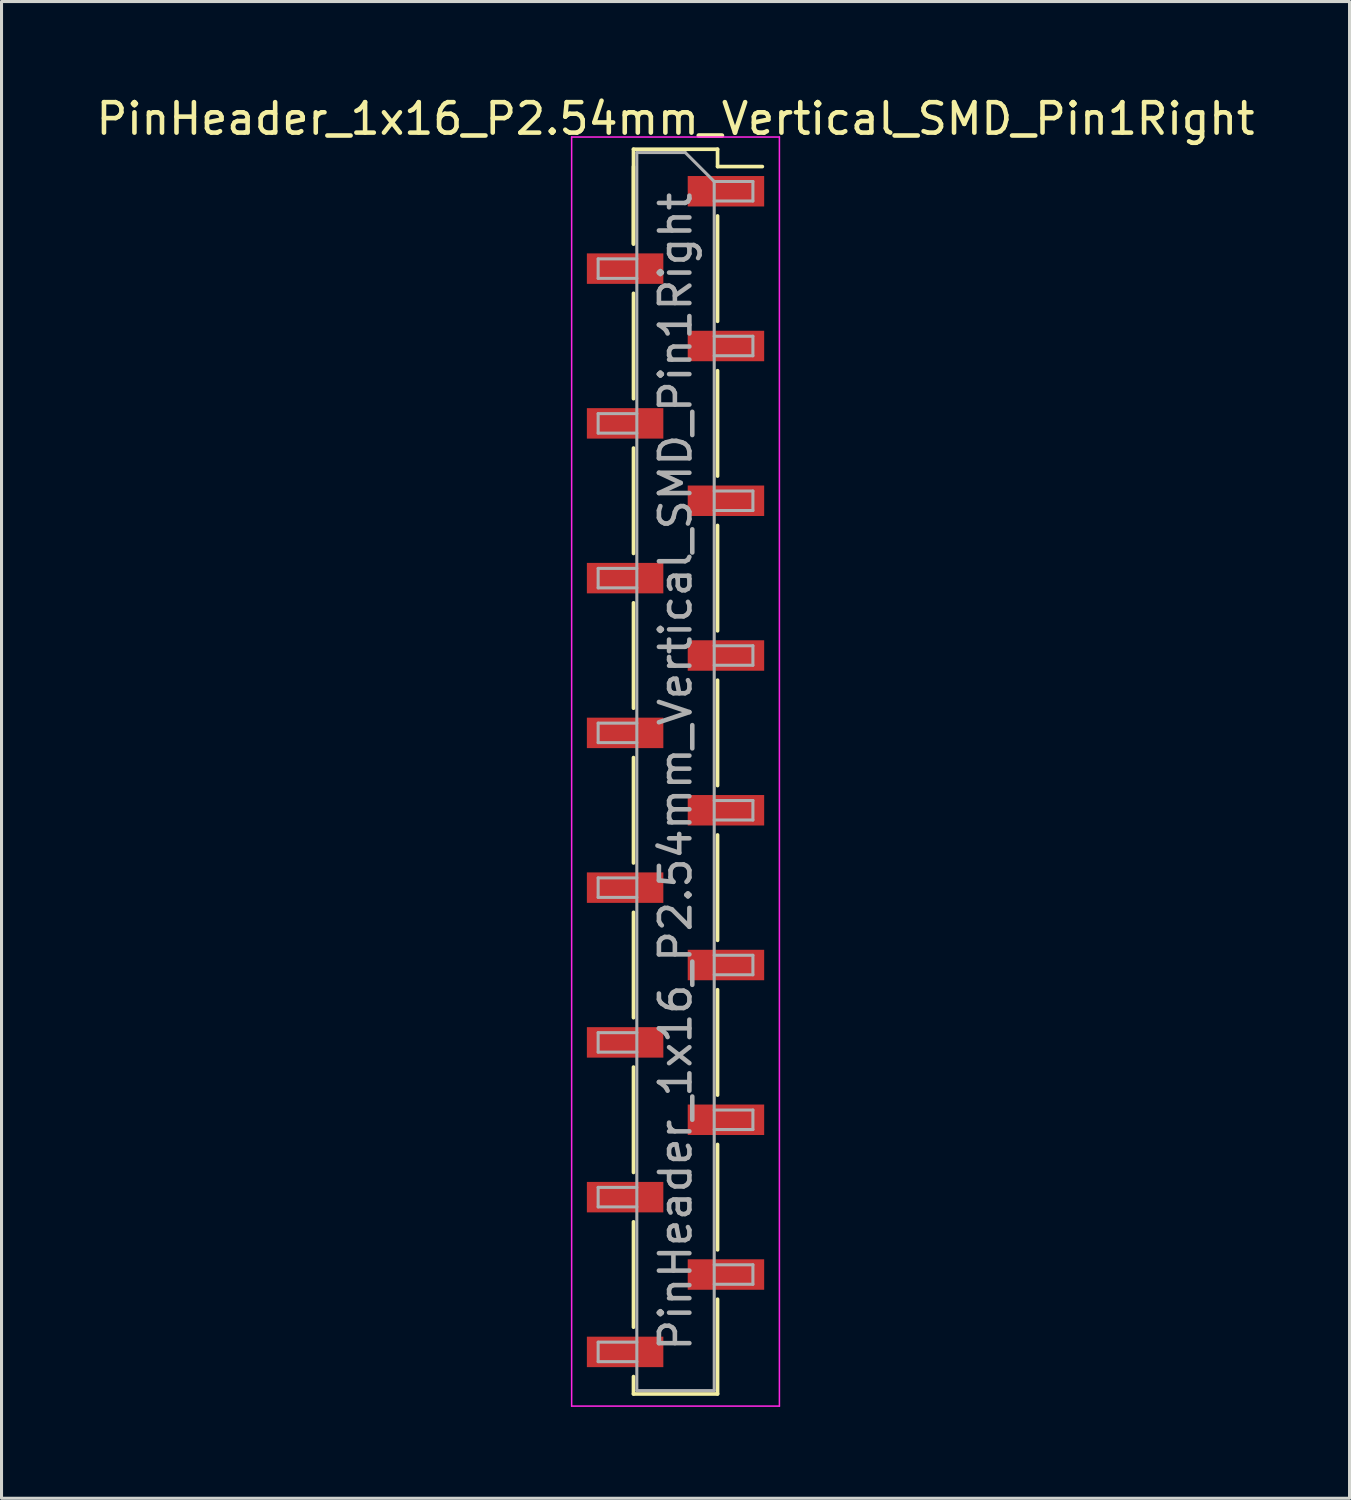
<source format=kicad_pcb>
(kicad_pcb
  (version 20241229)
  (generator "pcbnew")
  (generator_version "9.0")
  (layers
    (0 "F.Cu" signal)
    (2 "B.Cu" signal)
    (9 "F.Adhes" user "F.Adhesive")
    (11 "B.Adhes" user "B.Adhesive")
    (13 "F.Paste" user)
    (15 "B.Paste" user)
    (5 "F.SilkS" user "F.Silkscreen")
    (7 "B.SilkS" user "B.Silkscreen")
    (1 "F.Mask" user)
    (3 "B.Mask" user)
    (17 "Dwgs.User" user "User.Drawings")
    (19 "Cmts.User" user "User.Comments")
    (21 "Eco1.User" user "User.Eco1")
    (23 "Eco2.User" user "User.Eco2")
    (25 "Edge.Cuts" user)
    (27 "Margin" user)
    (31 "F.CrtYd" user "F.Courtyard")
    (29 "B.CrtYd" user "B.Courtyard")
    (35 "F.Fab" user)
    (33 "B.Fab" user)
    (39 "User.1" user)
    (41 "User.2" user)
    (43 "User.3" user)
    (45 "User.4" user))
  (footprint "PinHeader_1x16_P2.54mm_Vertical_SMD_Pin1Right"
    (layer "F.Cu")
    (at 19.125 22.278)
    (property "Reference" "PinHeader_1x16_P2.54mm_Vertical_SMD_Pin1Right" (at 0 -21.43 0) (layer "F.SilkS") (effects (font (size 1 1) (thickness 0.15))))
    (attr smd)
    (fp_line (start -1.38 -20.43) (end -1.38 -17.32) (stroke (width 0.12) (type solid)) (layer "F.SilkS"))
    (fp_line (start -1.38 -20.43) (end 1.38 -20.43) (stroke (width 0.12) (type solid)) (layer "F.SilkS"))
    (fp_line (start -1.38 -19.86) (end -1.38 -17.32) (stroke (width 0.12) (type solid)) (layer "F.SilkS"))
    (fp_line (start -1.38 -15.7) (end -1.38 -12.24) (stroke (width 0.12) (type solid)) (layer "F.SilkS"))
    (fp_line (start -1.38 -10.62) (end -1.38 -7.16) (stroke (width 0.12) (type solid)) (layer "F.SilkS"))
    (fp_line (start -1.38 -5.54) (end -1.38 -2.08) (stroke (width 0.12) (type solid)) (layer "F.SilkS"))
    (fp_line (start -1.38 -0.46) (end -1.38 3) (stroke (width 0.12) (type solid)) (layer "F.SilkS"))
    (fp_line (start -1.38 4.62) (end -1.38 8.08) (stroke (width 0.12) (type solid)) (layer "F.SilkS"))
    (fp_line (start -1.38 9.7) (end -1.38 13.16) (stroke (width 0.12) (type solid)) (layer "F.SilkS"))
    (fp_line (start -1.38 14.78) (end -1.38 18.24) (stroke (width 0.12) (type solid)) (layer "F.SilkS"))
    (fp_line (start -1.38 19.86) (end -1.38 20.43) (stroke (width 0.12) (type solid)) (layer "F.SilkS"))
    (fp_line (start -1.38 20.43) (end 1.38 20.43) (stroke (width 0.12) (type solid)) (layer "F.SilkS"))
    (fp_line (start 1.38 -20.43) (end 1.38 -19.86) (stroke (width 0.12) (type solid)) (layer "F.SilkS"))
    (fp_line (start 1.38 -19.86) (end 2.85 -19.86) (stroke (width 0.12) (type solid)) (layer "F.SilkS"))
    (fp_line (start 1.38 -18.24) (end 1.38 -14.78) (stroke (width 0.12) (type solid)) (layer "F.SilkS"))
    (fp_line (start 1.38 -13.16) (end 1.38 -9.7) (stroke (width 0.12) (type solid)) (layer "F.SilkS"))
    (fp_line (start 1.38 -8.08) (end 1.38 -4.62) (stroke (width 0.12) (type solid)) (layer "F.SilkS"))
    (fp_line (start 1.38 -3) (end 1.38 0.46) (stroke (width 0.12) (type solid)) (layer "F.SilkS"))
    (fp_line (start 1.38 2.08) (end 1.38 5.54) (stroke (width 0.12) (type solid)) (layer "F.SilkS"))
    (fp_line (start 1.38 7.16) (end 1.38 10.62) (stroke (width 0.12) (type solid)) (layer "F.SilkS"))
    (fp_line (start 1.38 12.24) (end 1.38 15.7) (stroke (width 0.12) (type solid)) (layer "F.SilkS"))
    (fp_line (start 1.38 17.32) (end 1.38 20.43) (stroke (width 0.12) (type solid)) (layer "F.SilkS"))
    (fp_line (start -3.41 -20.83) (end -3.41 20.83) (stroke (width 0.05) (type solid)) (layer "F.CrtYd"))
    (fp_line (start -3.41 20.83) (end 3.41 20.83) (stroke (width 0.05) (type solid)) (layer "F.CrtYd"))
    (fp_line (start 3.41 -20.83) (end -3.41 -20.83) (stroke (width 0.05) (type solid)) (layer "F.CrtYd"))
    (fp_line (start 3.41 20.83) (end 3.41 -20.83) (stroke (width 0.05) (type solid)) (layer "F.CrtYd"))
    (fp_line (start -2.54 -16.83) (end -2.54 -16.19) (stroke (width 0.1) (type solid)) (layer "F.Fab"))
    (fp_line (start -2.54 -16.19) (end -1.27 -16.19) (stroke (width 0.1) (type solid)) (layer "F.Fab"))
    (fp_line (start -2.54 -11.75) (end -2.54 -11.11) (stroke (width 0.1) (type solid)) (layer "F.Fab"))
    (fp_line (start -2.54 -11.11) (end -1.27 -11.11) (stroke (width 0.1) (type solid)) (layer "F.Fab"))
    (fp_line (start -2.54 -6.67) (end -2.54 -6.03) (stroke (width 0.1) (type solid)) (layer "F.Fab"))
    (fp_line (start -2.54 -6.03) (end -1.27 -6.03) (stroke (width 0.1) (type solid)) (layer "F.Fab"))
    (fp_line (start -2.54 -1.59) (end -2.54 -0.95) (stroke (width 0.1) (type solid)) (layer "F.Fab"))
    (fp_line (start -2.54 -0.95) (end -1.27 -0.95) (stroke (width 0.1) (type solid)) (layer "F.Fab"))
    (fp_line (start -2.54 3.49) (end -2.54 4.13) (stroke (width 0.1) (type solid)) (layer "F.Fab"))
    (fp_line (start -2.54 4.13) (end -1.27 4.13) (stroke (width 0.1) (type solid)) (layer "F.Fab"))
    (fp_line (start -2.54 8.57) (end -2.54 9.21) (stroke (width 0.1) (type solid)) (layer "F.Fab"))
    (fp_line (start -2.54 9.21) (end -1.27 9.21) (stroke (width 0.1) (type solid)) (layer "F.Fab"))
    (fp_line (start -2.54 13.65) (end -2.54 14.29) (stroke (width 0.1) (type solid)) (layer "F.Fab"))
    (fp_line (start -2.54 14.29) (end -1.27 14.29) (stroke (width 0.1) (type solid)) (layer "F.Fab"))
    (fp_line (start -2.54 18.73) (end -2.54 19.37) (stroke (width 0.1) (type solid)) (layer "F.Fab"))
    (fp_line (start -2.54 19.37) (end -1.27 19.37) (stroke (width 0.1) (type solid)) (layer "F.Fab"))
    (fp_line (start -1.27 -20.32) (end -1.27 20.32) (stroke (width 0.1) (type solid)) (layer "F.Fab"))
    (fp_line (start -1.27 -20.32) (end 0.32 -20.32) (stroke (width 0.1) (type solid)) (layer "F.Fab"))
    (fp_line (start -1.27 -16.83) (end -2.54 -16.83) (stroke (width 0.1) (type solid)) (layer "F.Fab"))
    (fp_line (start -1.27 -11.75) (end -2.54 -11.75) (stroke (width 0.1) (type solid)) (layer "F.Fab"))
    (fp_line (start -1.27 -6.67) (end -2.54 -6.67) (stroke (width 0.1) (type solid)) (layer "F.Fab"))
    (fp_line (start -1.27 -1.59) (end -2.54 -1.59) (stroke (width 0.1) (type solid)) (layer "F.Fab"))
    (fp_line (start -1.27 3.49) (end -2.54 3.49) (stroke (width 0.1) (type solid)) (layer "F.Fab"))
    (fp_line (start -1.27 8.57) (end -2.54 8.57) (stroke (width 0.1) (type solid)) (layer "F.Fab"))
    (fp_line (start -1.27 13.65) (end -2.54 13.65) (stroke (width 0.1) (type solid)) (layer "F.Fab"))
    (fp_line (start -1.27 18.73) (end -2.54 18.73) (stroke (width 0.1) (type solid)) (layer "F.Fab"))
    (fp_line (start 1.27 -19.37) (end 0.32 -20.32) (stroke (width 0.1) (type solid)) (layer "F.Fab"))
    (fp_line (start 1.27 -19.37) (end 2.54 -19.37) (stroke (width 0.1) (type solid)) (layer "F.Fab"))
    (fp_line (start 1.27 -14.29) (end 2.54 -14.29) (stroke (width 0.1) (type solid)) (layer "F.Fab"))
    (fp_line (start 1.27 -9.21) (end 2.54 -9.21) (stroke (width 0.1) (type solid)) (layer "F.Fab"))
    (fp_line (start 1.27 -4.13) (end 2.54 -4.13) (stroke (width 0.1) (type solid)) (layer "F.Fab"))
    (fp_line (start 1.27 0.95) (end 2.54 0.95) (stroke (width 0.1) (type solid)) (layer "F.Fab"))
    (fp_line (start 1.27 6.03) (end 2.54 6.03) (stroke (width 0.1) (type solid)) (layer "F.Fab"))
    (fp_line (start 1.27 11.11) (end 2.54 11.11) (stroke (width 0.1) (type solid)) (layer "F.Fab"))
    (fp_line (start 1.27 16.19) (end 2.54 16.19) (stroke (width 0.1) (type solid)) (layer "F.Fab"))
    (fp_line (start 1.27 20.32) (end -1.27 20.32) (stroke (width 0.1) (type solid)) (layer "F.Fab"))
    (fp_line (start 1.27 20.32) (end 1.27 -19.37) (stroke (width 0.1) (type solid)) (layer "F.Fab"))
    (fp_line (start 2.54 -19.37) (end 2.54 -18.73) (stroke (width 0.1) (type solid)) (layer "F.Fab"))
    (fp_line (start 2.54 -18.73) (end 1.27 -18.73) (stroke (width 0.1) (type solid)) (layer "F.Fab"))
    (fp_line (start 2.54 -14.29) (end 2.54 -13.65) (stroke (width 0.1) (type solid)) (layer "F.Fab"))
    (fp_line (start 2.54 -13.65) (end 1.27 -13.65) (stroke (width 0.1) (type solid)) (layer "F.Fab"))
    (fp_line (start 2.54 -9.21) (end 2.54 -8.57) (stroke (width 0.1) (type solid)) (layer "F.Fab"))
    (fp_line (start 2.54 -8.57) (end 1.27 -8.57) (stroke (width 0.1) (type solid)) (layer "F.Fab"))
    (fp_line (start 2.54 -4.13) (end 2.54 -3.49) (stroke (width 0.1) (type solid)) (layer "F.Fab"))
    (fp_line (start 2.54 -3.49) (end 1.27 -3.49) (stroke (width 0.1) (type solid)) (layer "F.Fab"))
    (fp_line (start 2.54 0.95) (end 2.54 1.59) (stroke (width 0.1) (type solid)) (layer "F.Fab"))
    (fp_line (start 2.54 1.59) (end 1.27 1.59) (stroke (width 0.1) (type solid)) (layer "F.Fab"))
    (fp_line (start 2.54 6.03) (end 2.54 6.67) (stroke (width 0.1) (type solid)) (layer "F.Fab"))
    (fp_line (start 2.54 6.67) (end 1.27 6.67) (stroke (width 0.1) (type solid)) (layer "F.Fab"))
    (fp_line (start 2.54 11.11) (end 2.54 11.75) (stroke (width 0.1) (type solid)) (layer "F.Fab"))
    (fp_line (start 2.54 11.75) (end 1.27 11.75) (stroke (width 0.1) (type solid)) (layer "F.Fab"))
    (fp_line (start 2.54 16.19) (end 2.54 16.83) (stroke (width 0.1) (type solid)) (layer "F.Fab"))
    (fp_line (start 2.54 16.83) (end 1.27 16.83) (stroke (width 0.1) (type solid)) (layer "F.Fab"))
    (fp_text user "${REFERENCE}" (at 0 0 90) (layer "F.Fab") (effects (font (size 1 1) (thickness 0.15))))
    (pad "1" smd rect (at 1.655 -19.05) (size 2.51 1) (layers "F.Cu" "F.Mask" "F.Paste"))
    (pad "2" smd rect (at -1.655 -16.51) (size 2.51 1) (layers "F.Cu" "F.Mask" "F.Paste"))
    (pad "3" smd rect (at 1.655 -13.97) (size 2.51 1) (layers "F.Cu" "F.Mask" "F.Paste"))
    (pad "4" smd rect (at -1.655 -11.43) (size 2.51 1) (layers "F.Cu" "F.Mask" "F.Paste"))
    (pad "5" smd rect (at 1.655 -8.89) (size 2.51 1) (layers "F.Cu" "F.Mask" "F.Paste"))
    (pad "6" smd rect (at -1.655 -6.35) (size 2.51 1) (layers "F.Cu" "F.Mask" "F.Paste"))
    (pad "7" smd rect (at 1.655 -3.81) (size 2.51 1) (layers "F.Cu" "F.Mask" "F.Paste"))
    (pad "8" smd rect (at -1.655 -1.27) (size 2.51 1) (layers "F.Cu" "F.Mask" "F.Paste"))
    (pad "9" smd rect (at 1.655 1.27) (size 2.51 1) (layers "F.Cu" "F.Mask" "F.Paste"))
    (pad "10" smd rect (at -1.655 3.81) (size 2.51 1) (layers "F.Cu" "F.Mask" "F.Paste"))
    (pad "11" smd rect (at 1.655 6.35) (size 2.51 1) (layers "F.Cu" "F.Mask" "F.Paste"))
    (pad "12" smd rect (at -1.655 8.89) (size 2.51 1) (layers "F.Cu" "F.Mask" "F.Paste"))
    (pad "13" smd rect (at 1.655 11.43) (size 2.51 1) (layers "F.Cu" "F.Mask" "F.Paste"))
    (pad "14" smd rect (at -1.655 13.97) (size 2.51 1) (layers "F.Cu" "F.Mask" "F.Paste"))
    (pad "15" smd rect (at 1.655 16.51) (size 2.51 1) (layers "F.Cu" "F.Mask" "F.Paste"))
    (pad "16" smd rect (at -1.655 19.05) (size 2.51 1) (layers "F.Cu" "F.Mask" "F.Paste")))
  (gr_rect
    (start -3 -3)
    (end 41.25 46.133)
    (stroke (width 0.1) (type default))
    (fill no)
    (layer "Edge.Cuts")))
</source>
